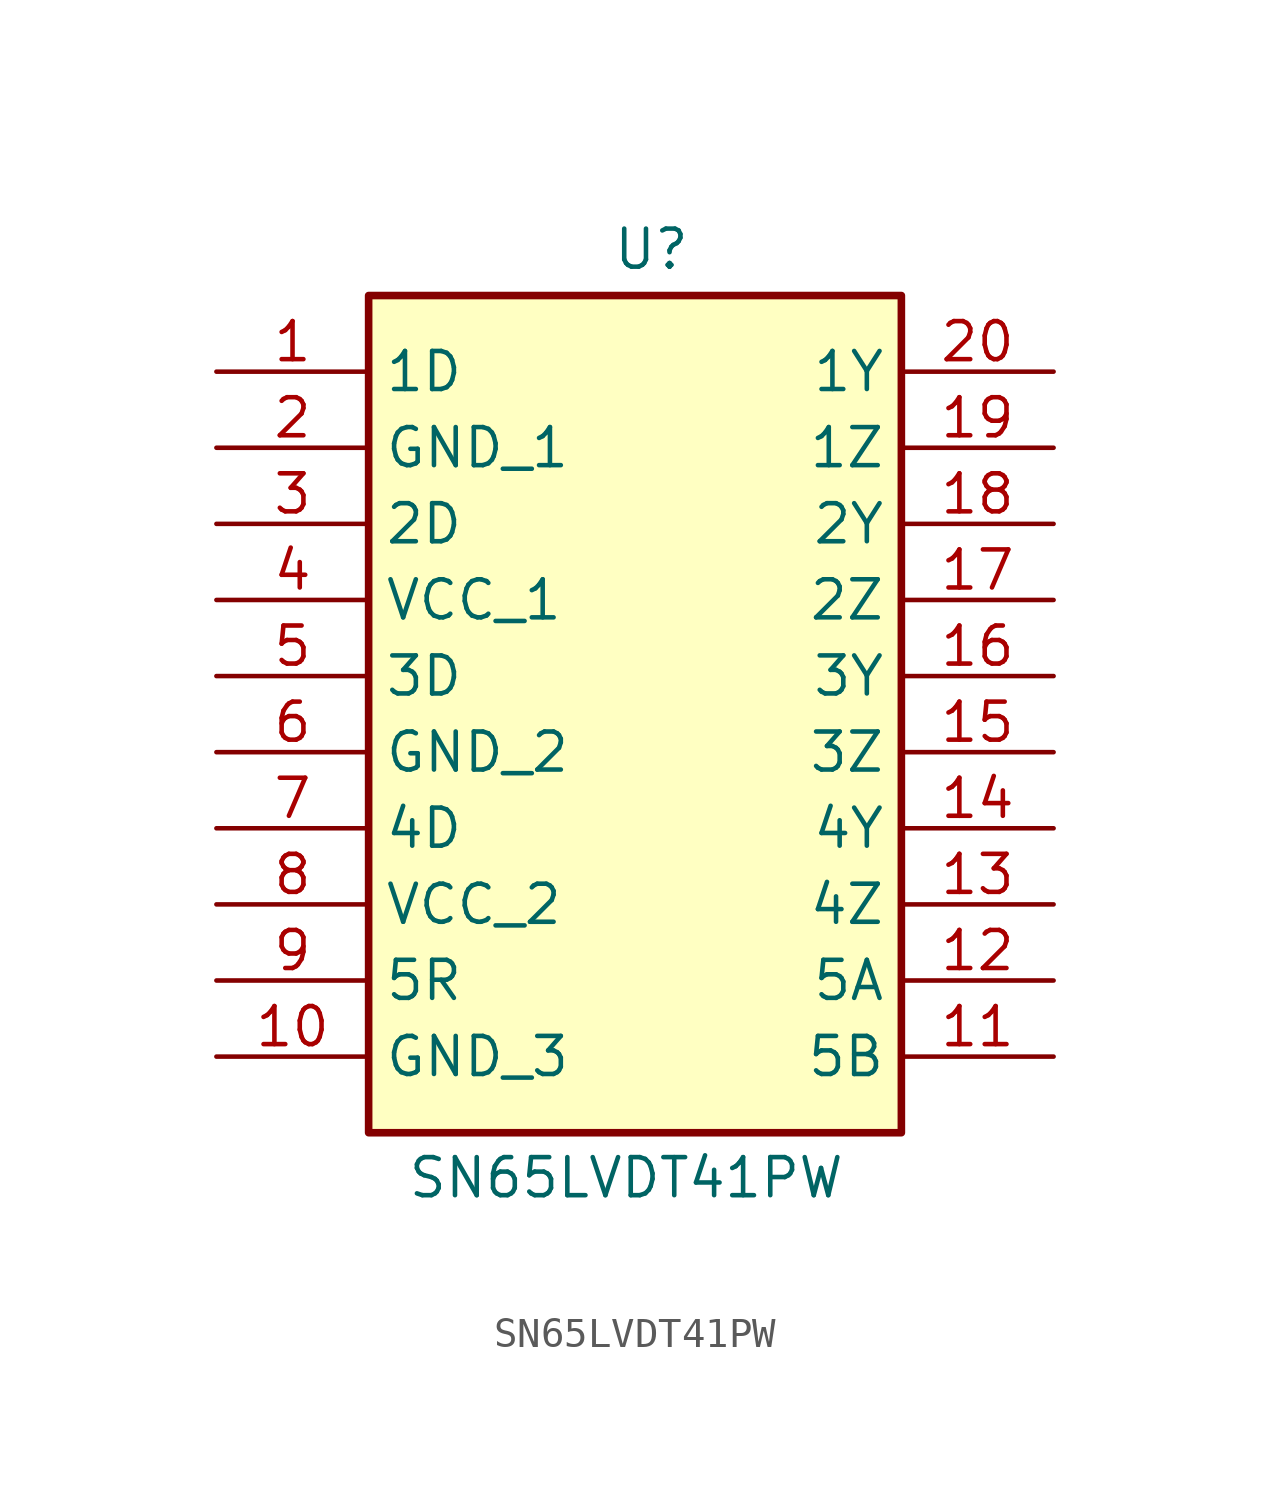
<source format=kicad_sym>
(kicad_symbol_lib
  (version 20231120)
  (generator "kicad_symbol_editor")
  (generator_version "8.0")
  (symbol "SN65LVDT41PW"
    (property "Reference" "U"
      (at 13.208 4.826 0)
      (effects (font (size 1.27 1.27)) (justify left top)))
    (property "Value" "SN65LVDT41PW"
      (at 6.35 -26.162 0)
      (effects (font (size 1.27 1.27)) (justify left top)))
    (symbol "SN65LVDT41PW_1_1"
      (rectangle (start 5.08 2.54) (end 22.86 -25.4) (stroke (width 0.254) (type default)) (fill (type background)))
      (pin input line (at 0 0 0) (length 5.08) (name "1D" (effects (font (size 1.27 1.27)))) (number "1" (effects (font (size 1.27 1.27)))))
      (pin passive line (at 0 -22.86 0) (length 5.08) (name "GND_3" (effects (font (size 1.27 1.27)))) (number "10" (effects (font (size 1.27 1.27)))))
      (pin input line (at 27.94 -22.86 180) (length 5.08) (name "5B" (effects (font (size 1.27 1.27)))) (number "11" (effects (font (size 1.27 1.27)))))
      (pin input line (at 27.94 -20.32 180) (length 5.08) (name "5A" (effects (font (size 1.27 1.27)))) (number "12" (effects (font (size 1.27 1.27)))))
      (pin output line (at 27.94 -17.78 180) (length 5.08) (name "4Z" (effects (font (size 1.27 1.27)))) (number "13" (effects (font (size 1.27 1.27)))))
      (pin output line (at 27.94 -15.24 180) (length 5.08) (name "4Y" (effects (font (size 1.27 1.27)))) (number "14" (effects (font (size 1.27 1.27)))))
      (pin output line (at 27.94 -12.7 180) (length 5.08) (name "3Z" (effects (font (size 1.27 1.27)))) (number "15" (effects (font (size 1.27 1.27)))))
      (pin output line (at 27.94 -10.16 180) (length 5.08) (name "3Y" (effects (font (size 1.27 1.27)))) (number "16" (effects (font (size 1.27 1.27)))))
      (pin output line (at 27.94 -7.62 180) (length 5.08) (name "2Z" (effects (font (size 1.27 1.27)))) (number "17" (effects (font (size 1.27 1.27)))))
      (pin output line (at 27.94 -5.08 180) (length 5.08) (name "2Y" (effects (font (size 1.27 1.27)))) (number "18" (effects (font (size 1.27 1.27)))))
      (pin output line (at 27.94 -2.54 180) (length 5.08) (name "1Z" (effects (font (size 1.27 1.27)))) (number "19" (effects (font (size 1.27 1.27)))))
      (pin passive line (at 0 -2.54 0) (length 5.08) (name "GND_1" (effects (font (size 1.27 1.27)))) (number "2" (effects (font (size 1.27 1.27)))))
      (pin output line (at 27.94 0 180) (length 5.08) (name "1Y" (effects (font (size 1.27 1.27)))) (number "20" (effects (font (size 1.27 1.27)))))
      (pin input line (at 0 -5.08 0) (length 5.08) (name "2D" (effects (font (size 1.27 1.27)))) (number "3" (effects (font (size 1.27 1.27)))))
      (pin passive line (at 0 -7.62 0) (length 5.08) (name "VCC_1" (effects (font (size 1.27 1.27)))) (number "4" (effects (font (size 1.27 1.27)))))
      (pin input line (at 0 -10.16 0) (length 5.08) (name "3D" (effects (font (size 1.27 1.27)))) (number "5" (effects (font (size 1.27 1.27)))))
      (pin passive line (at 0 -12.7 0) (length 5.08) (name "GND_2" (effects (font (size 1.27 1.27)))) (number "6" (effects (font (size 1.27 1.27)))))
      (pin input line (at 0 -15.24 0) (length 5.08) (name "4D" (effects (font (size 1.27 1.27)))) (number "7" (effects (font (size 1.27 1.27)))))
      (pin passive line (at 0 -17.78 0) (length 5.08) (name "VCC_2" (effects (font (size 1.27 1.27)))) (number "8" (effects (font (size 1.27 1.27)))))
      (pin output line (at 0 -20.32 0) (length 5.08) (name "5R" (effects (font (size 1.27 1.27)))) (number "9" (effects (font (size 1.27 1.27))))))))
</source>
